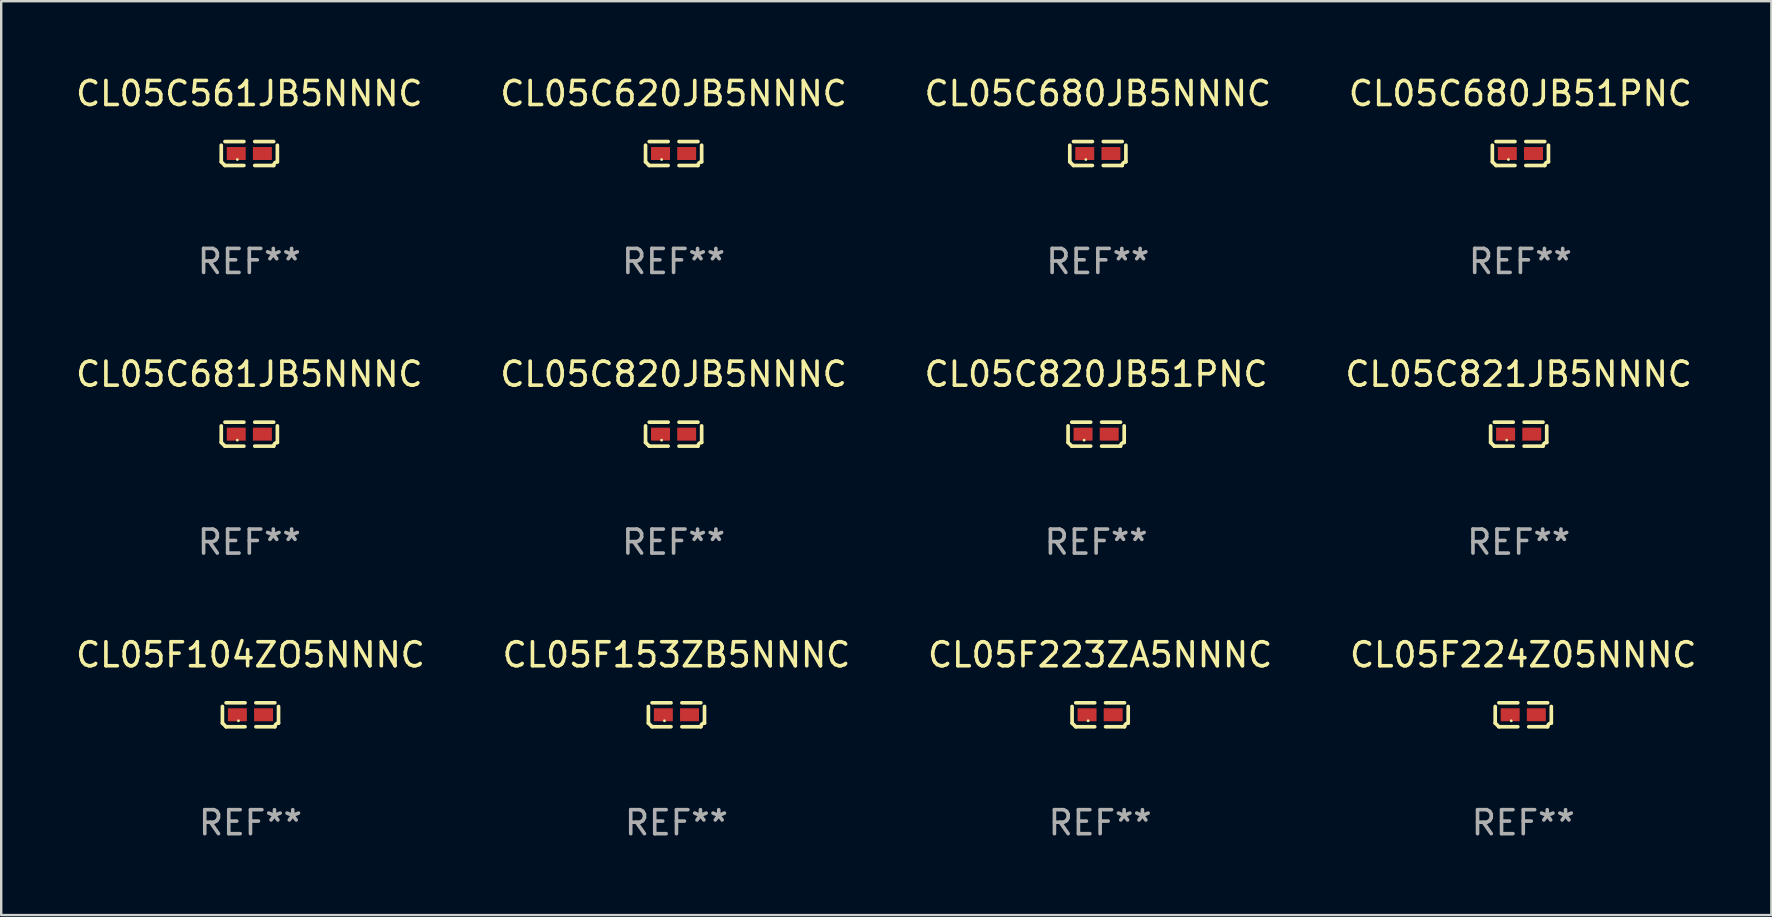
<source format=kicad_pcb>
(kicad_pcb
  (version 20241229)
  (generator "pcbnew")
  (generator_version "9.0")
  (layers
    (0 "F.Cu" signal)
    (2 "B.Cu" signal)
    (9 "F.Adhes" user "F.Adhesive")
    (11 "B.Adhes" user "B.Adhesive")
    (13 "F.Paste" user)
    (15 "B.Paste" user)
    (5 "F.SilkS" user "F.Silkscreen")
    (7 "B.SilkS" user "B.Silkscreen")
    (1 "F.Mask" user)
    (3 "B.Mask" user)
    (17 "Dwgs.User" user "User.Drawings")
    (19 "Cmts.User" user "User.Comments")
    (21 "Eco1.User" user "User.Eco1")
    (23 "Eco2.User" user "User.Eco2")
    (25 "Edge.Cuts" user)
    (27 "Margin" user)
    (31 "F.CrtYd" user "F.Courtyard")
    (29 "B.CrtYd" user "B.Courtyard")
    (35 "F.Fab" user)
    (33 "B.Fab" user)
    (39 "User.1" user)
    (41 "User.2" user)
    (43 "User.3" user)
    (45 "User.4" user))
  (footprint "CL05C681JB5NNNC"
    (layer "F.Cu")
    (at 7.339 15.041)
    (property "Reference" "CL05C681JB5NNNC" (at 0 -2.499 0) (layer "F.SilkS") (effects (font (size 1 1) (thickness 0.15))))
    (attr through_hole)
    (fp_line (start -1.169 0.346) (end -1.169 -0.346) (stroke (width 0.152) (type solid)) (layer "F.SilkS"))
    (fp_line (start -1.016 -0.499) (end -0.226 -0.499) (stroke (width 0.152) (type solid)) (layer "F.SilkS"))
    (fp_line (start -0.226 0.499) (end -1.016 0.499) (stroke (width 0.152) (type solid)) (layer "F.SilkS"))
    (fp_line (start 0.226 0.499) (end 1.016 0.499) (stroke (width 0.152) (type solid)) (layer "F.SilkS"))
    (fp_line (start 1.016 -0.499) (end 0.226 -0.499) (stroke (width 0.152) (type solid)) (layer "F.SilkS"))
    (fp_line (start 1.169 0.346) (end 1.169 -0.346) (stroke (width 0.152) (type solid)) (layer "F.SilkS"))
    (fp_arc (start -1.016307 0.498603) (mid -1.092512 0.422405) (end -1.16871 0.3462) (stroke (width 0.1524) (type solid)) (layer "F.SilkS"))
    (fp_arc (start 1.016307 0.498603) (mid 1.060899 0.390758) (end 1.168707 0.346076) (stroke (width 0.1524) (type solid)) (layer "F.SilkS"))
    (fp_circle (center -0.5 0.25) (end -0.47 0.25) (stroke (width 0.06) (type solid)) (fill no) (layer "F.SilkS"))
    (fp_text user "REF**" (at 0 4.499 0) (layer "F.Fab") (effects (font (size 1 1) (thickness 0.15))))
    (pad "1" smd rect (at -0.545 0) (size 0.79 0.54) (layers "F.Cu" "F.Mask" "F.Paste"))
    (pad "2" smd rect (at 0.545 0) (size 0.79 0.54) (layers "F.Cu" "F.Mask" "F.Paste")))
  (footprint "CL05C680JB5NNNC"
    (layer "F.Cu")
    (at 42.696 3.347)
    (property "Reference" "CL05C680JB5NNNC" (at 0 -2.499 0) (layer "F.SilkS") (effects (font (size 1 1) (thickness 0.15))))
    (attr through_hole)
    (fp_line (start -1.169 0.346) (end -1.169 -0.346) (stroke (width 0.152) (type solid)) (layer "F.SilkS"))
    (fp_line (start -1.016 -0.499) (end -0.226 -0.499) (stroke (width 0.152) (type solid)) (layer "F.SilkS"))
    (fp_line (start -0.226 0.499) (end -1.016 0.499) (stroke (width 0.152) (type solid)) (layer "F.SilkS"))
    (fp_line (start 0.226 0.499) (end 1.016 0.499) (stroke (width 0.152) (type solid)) (layer "F.SilkS"))
    (fp_line (start 1.016 -0.499) (end 0.226 -0.499) (stroke (width 0.152) (type solid)) (layer "F.SilkS"))
    (fp_line (start 1.169 0.346) (end 1.169 -0.346) (stroke (width 0.152) (type solid)) (layer "F.SilkS"))
    (fp_arc (start -1.016307 0.498603) (mid -1.092512 0.422405) (end -1.16871 0.3462) (stroke (width 0.1524) (type solid)) (layer "F.SilkS"))
    (fp_arc (start 1.016307 0.498603) (mid 1.060899 0.390758) (end 1.168707 0.346076) (stroke (width 0.1524) (type solid)) (layer "F.SilkS"))
    (fp_circle (center -0.5 0.25) (end -0.47 0.25) (stroke (width 0.06) (type solid)) (fill no) (layer "F.SilkS"))
    (fp_text user "REF**" (at 0 4.499 0) (layer "F.Fab") (effects (font (size 1 1) (thickness 0.15))))
    (pad "1" smd rect (at -0.545 0) (size 0.79 0.54) (layers "F.Cu" "F.Mask" "F.Paste"))
    (pad "2" smd rect (at 0.545 0) (size 0.79 0.54) (layers "F.Cu" "F.Mask" "F.Paste")))
  (footprint "CL05C620JB5NNNC"
    (layer "F.Cu")
    (at 25.018 3.347)
    (property "Reference" "CL05C620JB5NNNC" (at 0 -2.499 0) (layer "F.SilkS") (effects (font (size 1 1) (thickness 0.15))))
    (attr through_hole)
    (fp_line (start -1.169 0.346) (end -1.169 -0.346) (stroke (width 0.152) (type solid)) (layer "F.SilkS"))
    (fp_line (start -1.016 -0.499) (end -0.226 -0.499) (stroke (width 0.152) (type solid)) (layer "F.SilkS"))
    (fp_line (start -0.226 0.499) (end -1.016 0.499) (stroke (width 0.152) (type solid)) (layer "F.SilkS"))
    (fp_line (start 0.226 0.499) (end 1.016 0.499) (stroke (width 0.152) (type solid)) (layer "F.SilkS"))
    (fp_line (start 1.016 -0.499) (end 0.226 -0.499) (stroke (width 0.152) (type solid)) (layer "F.SilkS"))
    (fp_line (start 1.169 0.346) (end 1.169 -0.346) (stroke (width 0.152) (type solid)) (layer "F.SilkS"))
    (fp_arc (start -1.016307 0.498603) (mid -1.092512 0.422405) (end -1.16871 0.3462) (stroke (width 0.1524) (type solid)) (layer "F.SilkS"))
    (fp_arc (start 1.016307 0.498603) (mid 1.060899 0.390758) (end 1.168707 0.346076) (stroke (width 0.1524) (type solid)) (layer "F.SilkS"))
    (fp_circle (center -0.5 0.25) (end -0.47 0.25) (stroke (width 0.06) (type solid)) (fill no) (layer "F.SilkS"))
    (fp_text user "REF**" (at 0 4.499 0) (layer "F.Fab") (effects (font (size 1 1) (thickness 0.15))))
    (pad "1" smd rect (at -0.545 0) (size 0.79 0.54) (layers "F.Cu" "F.Mask" "F.Paste"))
    (pad "2" smd rect (at 0.545 0) (size 0.79 0.54) (layers "F.Cu" "F.Mask" "F.Paste")))
  (footprint "CL05C821JB5NNNC"
    (layer "F.Cu")
    (at 60.232 15.041)
    (property "Reference" "CL05C821JB5NNNC" (at 0 -2.499 0) (layer "F.SilkS") (effects (font (size 1 1) (thickness 0.15))))
    (attr through_hole)
    (fp_line (start -1.169 0.346) (end -1.169 -0.346) (stroke (width 0.152) (type solid)) (layer "F.SilkS"))
    (fp_line (start -1.016 -0.499) (end -0.226 -0.499) (stroke (width 0.152) (type solid)) (layer "F.SilkS"))
    (fp_line (start -0.226 0.499) (end -1.016 0.499) (stroke (width 0.152) (type solid)) (layer "F.SilkS"))
    (fp_line (start 0.226 0.499) (end 1.016 0.499) (stroke (width 0.152) (type solid)) (layer "F.SilkS"))
    (fp_line (start 1.016 -0.499) (end 0.226 -0.499) (stroke (width 0.152) (type solid)) (layer "F.SilkS"))
    (fp_line (start 1.169 0.346) (end 1.169 -0.346) (stroke (width 0.152) (type solid)) (layer "F.SilkS"))
    (fp_arc (start -1.016307 0.498603) (mid -1.092512 0.422405) (end -1.16871 0.3462) (stroke (width 0.1524) (type solid)) (layer "F.SilkS"))
    (fp_arc (start 1.016307 0.498603) (mid 1.060899 0.390758) (end 1.168707 0.346076) (stroke (width 0.1524) (type solid)) (layer "F.SilkS"))
    (fp_circle (center -0.5 0.25) (end -0.47 0.25) (stroke (width 0.06) (type solid)) (fill no) (layer "F.SilkS"))
    (fp_text user "REF**" (at 0 4.499 0) (layer "F.Fab") (effects (font (size 1 1) (thickness 0.15))))
    (pad "1" smd rect (at -0.545 0) (size 0.79 0.54) (layers "F.Cu" "F.Mask" "F.Paste"))
    (pad "2" smd rect (at 0.545 0) (size 0.79 0.54) (layers "F.Cu" "F.Mask" "F.Paste")))
  (footprint "CL05F153ZB5NNNC"
    (layer "F.Cu")
    (at 25.137 26.734)
    (property "Reference" "CL05F153ZB5NNNC" (at 0 -2.499 0) (layer "F.SilkS") (effects (font (size 1 1) (thickness 0.15))))
    (attr through_hole)
    (fp_line (start -1.169 0.346) (end -1.169 -0.346) (stroke (width 0.152) (type solid)) (layer "F.SilkS"))
    (fp_line (start -1.016 -0.499) (end -0.226 -0.499) (stroke (width 0.152) (type solid)) (layer "F.SilkS"))
    (fp_line (start -0.226 0.499) (end -1.016 0.499) (stroke (width 0.152) (type solid)) (layer "F.SilkS"))
    (fp_line (start 0.226 0.499) (end 1.016 0.499) (stroke (width 0.152) (type solid)) (layer "F.SilkS"))
    (fp_line (start 1.016 -0.499) (end 0.226 -0.499) (stroke (width 0.152) (type solid)) (layer "F.SilkS"))
    (fp_line (start 1.169 0.346) (end 1.169 -0.346) (stroke (width 0.152) (type solid)) (layer "F.SilkS"))
    (fp_arc (start -1.016307 0.498603) (mid -1.092512 0.422405) (end -1.16871 0.3462) (stroke (width 0.1524) (type solid)) (layer "F.SilkS"))
    (fp_arc (start 1.016307 0.498603) (mid 1.060899 0.390758) (end 1.168707 0.346076) (stroke (width 0.1524) (type solid)) (layer "F.SilkS"))
    (fp_circle (center -0.5 0.25) (end -0.47 0.25) (stroke (width 0.06) (type solid)) (fill no) (layer "F.SilkS"))
    (fp_text user "REF**" (at 0 4.499 0) (layer "F.Fab") (effects (font (size 1 1) (thickness 0.15))))
    (pad "1" smd rect (at -0.545 0) (size 0.79 0.54) (layers "F.Cu" "F.Mask" "F.Paste"))
    (pad "2" smd rect (at 0.545 0) (size 0.79 0.54) (layers "F.Cu" "F.Mask" "F.Paste")))
  (footprint "CL05F223ZA5NNNC"
    (layer "F.Cu")
    (at 42.792 26.734)
    (property "Reference" "CL05F223ZA5NNNC" (at 0 -2.499 0) (layer "F.SilkS") (effects (font (size 1 1) (thickness 0.15))))
    (attr through_hole)
    (fp_line (start -1.169 0.346) (end -1.169 -0.346) (stroke (width 0.152) (type solid)) (layer "F.SilkS"))
    (fp_line (start -1.016 -0.499) (end -0.226 -0.499) (stroke (width 0.152) (type solid)) (layer "F.SilkS"))
    (fp_line (start -0.226 0.499) (end -1.016 0.499) (stroke (width 0.152) (type solid)) (layer "F.SilkS"))
    (fp_line (start 0.226 0.499) (end 1.016 0.499) (stroke (width 0.152) (type solid)) (layer "F.SilkS"))
    (fp_line (start 1.016 -0.499) (end 0.226 -0.499) (stroke (width 0.152) (type solid)) (layer "F.SilkS"))
    (fp_line (start 1.169 0.346) (end 1.169 -0.346) (stroke (width 0.152) (type solid)) (layer "F.SilkS"))
    (fp_arc (start -1.016307 0.498603) (mid -1.092512 0.422405) (end -1.16871 0.3462) (stroke (width 0.1524) (type solid)) (layer "F.SilkS"))
    (fp_arc (start 1.016307 0.498603) (mid 1.060899 0.390758) (end 1.168707 0.346076) (stroke (width 0.1524) (type solid)) (layer "F.SilkS"))
    (fp_circle (center -0.5 0.25) (end -0.47 0.25) (stroke (width 0.06) (type solid)) (fill no) (layer "F.SilkS"))
    (fp_text user "REF**" (at 0 4.499 0) (layer "F.Fab") (effects (font (size 1 1) (thickness 0.15))))
    (pad "1" smd rect (at -0.545 0) (size 0.79 0.54) (layers "F.Cu" "F.Mask" "F.Paste"))
    (pad "2" smd rect (at 0.545 0) (size 0.79 0.54) (layers "F.Cu" "F.Mask" "F.Paste")))
  (footprint "CL05C680JB51PNC"
    (layer "F.Cu")
    (at 60.304 3.347)
    (property "Reference" "CL05C680JB51PNC" (at 0 -2.499 0) (layer "F.SilkS") (effects (font (size 1 1) (thickness 0.15))))
    (attr through_hole)
    (fp_line (start -1.169 0.346) (end -1.169 -0.346) (stroke (width 0.152) (type solid)) (layer "F.SilkS"))
    (fp_line (start -1.016 -0.499) (end -0.226 -0.499) (stroke (width 0.152) (type solid)) (layer "F.SilkS"))
    (fp_line (start -0.226 0.499) (end -1.016 0.499) (stroke (width 0.152) (type solid)) (layer "F.SilkS"))
    (fp_line (start 0.226 0.499) (end 1.016 0.499) (stroke (width 0.152) (type solid)) (layer "F.SilkS"))
    (fp_line (start 1.016 -0.499) (end 0.226 -0.499) (stroke (width 0.152) (type solid)) (layer "F.SilkS"))
    (fp_line (start 1.169 0.346) (end 1.169 -0.346) (stroke (width 0.152) (type solid)) (layer "F.SilkS"))
    (fp_arc (start -1.016307 0.498603) (mid -1.092512 0.422405) (end -1.16871 0.3462) (stroke (width 0.1524) (type solid)) (layer "F.SilkS"))
    (fp_arc (start 1.016307 0.498603) (mid 1.060899 0.390758) (end 1.168707 0.346076) (stroke (width 0.1524) (type solid)) (layer "F.SilkS"))
    (fp_circle (center -0.5 0.25) (end -0.47 0.25) (stroke (width 0.06) (type solid)) (fill no) (layer "F.SilkS"))
    (fp_text user "REF**" (at 0 4.499 0) (layer "F.Fab") (effects (font (size 1 1) (thickness 0.15))))
    (pad "1" smd rect (at -0.545 0) (size 0.79 0.54) (layers "F.Cu" "F.Mask" "F.Paste"))
    (pad "2" smd rect (at 0.545 0) (size 0.79 0.54) (layers "F.Cu" "F.Mask" "F.Paste")))
  (footprint "CL05C820JB51PNC"
    (layer "F.Cu")
    (at 42.625 15.041)
    (property "Reference" "CL05C820JB51PNC" (at 0 -2.499 0) (layer "F.SilkS") (effects (font (size 1 1) (thickness 0.15))))
    (attr through_hole)
    (fp_line (start -1.169 0.346) (end -1.169 -0.346) (stroke (width 0.152) (type solid)) (layer "F.SilkS"))
    (fp_line (start -1.016 -0.499) (end -0.226 -0.499) (stroke (width 0.152) (type solid)) (layer "F.SilkS"))
    (fp_line (start -0.226 0.499) (end -1.016 0.499) (stroke (width 0.152) (type solid)) (layer "F.SilkS"))
    (fp_line (start 0.226 0.499) (end 1.016 0.499) (stroke (width 0.152) (type solid)) (layer "F.SilkS"))
    (fp_line (start 1.016 -0.499) (end 0.226 -0.499) (stroke (width 0.152) (type solid)) (layer "F.SilkS"))
    (fp_line (start 1.169 0.346) (end 1.169 -0.346) (stroke (width 0.152) (type solid)) (layer "F.SilkS"))
    (fp_arc (start -1.016307 0.498603) (mid -1.092512 0.422405) (end -1.16871 0.3462) (stroke (width 0.1524) (type solid)) (layer "F.SilkS"))
    (fp_arc (start 1.016307 0.498603) (mid 1.060899 0.390758) (end 1.168707 0.346076) (stroke (width 0.1524) (type solid)) (layer "F.SilkS"))
    (fp_circle (center -0.5 0.25) (end -0.47 0.25) (stroke (width 0.06) (type solid)) (fill no) (layer "F.SilkS"))
    (fp_text user "REF**" (at 0 4.499 0) (layer "F.Fab") (effects (font (size 1 1) (thickness 0.15))))
    (pad "1" smd rect (at -0.545 0) (size 0.79 0.54) (layers "F.Cu" "F.Mask" "F.Paste"))
    (pad "2" smd rect (at 0.545 0) (size 0.79 0.54) (layers "F.Cu" "F.Mask" "F.Paste")))
  (footprint "CL05F104ZO5NNNC"
    (layer "F.Cu")
    (at 7.387 26.734)
    (property "Reference" "CL05F104ZO5NNNC" (at 0 -2.499 0) (layer "F.SilkS") (effects (font (size 1 1) (thickness 0.15))))
    (attr through_hole)
    (fp_line (start -1.169 0.346) (end -1.169 -0.346) (stroke (width 0.152) (type solid)) (layer "F.SilkS"))
    (fp_line (start -1.016 -0.499) (end -0.226 -0.499) (stroke (width 0.152) (type solid)) (layer "F.SilkS"))
    (fp_line (start -0.226 0.499) (end -1.016 0.499) (stroke (width 0.152) (type solid)) (layer "F.SilkS"))
    (fp_line (start 0.226 0.499) (end 1.016 0.499) (stroke (width 0.152) (type solid)) (layer "F.SilkS"))
    (fp_line (start 1.016 -0.499) (end 0.226 -0.499) (stroke (width 0.152) (type solid)) (layer "F.SilkS"))
    (fp_line (start 1.169 0.346) (end 1.169 -0.346) (stroke (width 0.152) (type solid)) (layer "F.SilkS"))
    (fp_arc (start -1.016307 0.498603) (mid -1.092512 0.422405) (end -1.16871 0.3462) (stroke (width 0.1524) (type solid)) (layer "F.SilkS"))
    (fp_arc (start 1.016307 0.498603) (mid 1.060899 0.390758) (end 1.168707 0.346076) (stroke (width 0.1524) (type solid)) (layer "F.SilkS"))
    (fp_circle (center -0.5 0.25) (end -0.47 0.25) (stroke (width 0.06) (type solid)) (fill no) (layer "F.SilkS"))
    (fp_text user "REF**" (at 0 4.499 0) (layer "F.Fab") (effects (font (size 1 1) (thickness 0.15))))
    (pad "1" smd rect (at -0.545 0) (size 0.79 0.54) (layers "F.Cu" "F.Mask" "F.Paste"))
    (pad "2" smd rect (at 0.545 0) (size 0.79 0.54) (layers "F.Cu" "F.Mask" "F.Paste")))
  (footprint "CL05C561JB5NNNC"
    (layer "F.Cu")
    (at 7.339 3.347)
    (property "Reference" "CL05C561JB5NNNC" (at 0 -2.499 0) (layer "F.SilkS") (effects (font (size 1 1) (thickness 0.15))))
    (attr through_hole)
    (fp_line (start -1.169 0.346) (end -1.169 -0.346) (stroke (width 0.152) (type solid)) (layer "F.SilkS"))
    (fp_line (start -1.016 -0.499) (end -0.226 -0.499) (stroke (width 0.152) (type solid)) (layer "F.SilkS"))
    (fp_line (start -0.226 0.499) (end -1.016 0.499) (stroke (width 0.152) (type solid)) (layer "F.SilkS"))
    (fp_line (start 0.226 0.499) (end 1.016 0.499) (stroke (width 0.152) (type solid)) (layer "F.SilkS"))
    (fp_line (start 1.016 -0.499) (end 0.226 -0.499) (stroke (width 0.152) (type solid)) (layer "F.SilkS"))
    (fp_line (start 1.169 0.346) (end 1.169 -0.346) (stroke (width 0.152) (type solid)) (layer "F.SilkS"))
    (fp_arc (start -1.016307 0.498603) (mid -1.092512 0.422405) (end -1.16871 0.3462) (stroke (width 0.1524) (type solid)) (layer "F.SilkS"))
    (fp_arc (start 1.016307 0.498603) (mid 1.060899 0.390758) (end 1.168707 0.346076) (stroke (width 0.1524) (type solid)) (layer "F.SilkS"))
    (fp_circle (center -0.5 0.25) (end -0.47 0.25) (stroke (width 0.06) (type solid)) (fill no) (layer "F.SilkS"))
    (fp_text user "REF**" (at 0 4.499 0) (layer "F.Fab") (effects (font (size 1 1) (thickness 0.15))))
    (pad "1" smd rect (at -0.545 0) (size 0.79 0.54) (layers "F.Cu" "F.Mask" "F.Paste"))
    (pad "2" smd rect (at 0.545 0) (size 0.79 0.54) (layers "F.Cu" "F.Mask" "F.Paste")))
  (footprint "CL05F224Z05NNNC"
    (layer "F.Cu")
    (at 60.423 26.734)
    (property "Reference" "CL05F224Z05NNNC" (at 0 -2.499 0) (layer "F.SilkS") (effects (font (size 1 1) (thickness 0.15))))
    (attr through_hole)
    (fp_line (start -1.169 0.346) (end -1.169 -0.346) (stroke (width 0.152) (type solid)) (layer "F.SilkS"))
    (fp_line (start -1.016 -0.499) (end -0.226 -0.499) (stroke (width 0.152) (type solid)) (layer "F.SilkS"))
    (fp_line (start -0.226 0.499) (end -1.016 0.499) (stroke (width 0.152) (type solid)) (layer "F.SilkS"))
    (fp_line (start 0.226 0.499) (end 1.016 0.499) (stroke (width 0.152) (type solid)) (layer "F.SilkS"))
    (fp_line (start 1.016 -0.499) (end 0.226 -0.499) (stroke (width 0.152) (type solid)) (layer "F.SilkS"))
    (fp_line (start 1.169 0.346) (end 1.169 -0.346) (stroke (width 0.152) (type solid)) (layer "F.SilkS"))
    (fp_arc (start -1.016307 0.498603) (mid -1.092512 0.422405) (end -1.16871 0.3462) (stroke (width 0.1524) (type solid)) (layer "F.SilkS"))
    (fp_arc (start 1.016307 0.498603) (mid 1.060899 0.390758) (end 1.168707 0.346076) (stroke (width 0.1524) (type solid)) (layer "F.SilkS"))
    (fp_circle (center -0.5 0.25) (end -0.47 0.25) (stroke (width 0.06) (type solid)) (fill no) (layer "F.SilkS"))
    (fp_text user "REF**" (at 0 4.499 0) (layer "F.Fab") (effects (font (size 1 1) (thickness 0.15))))
    (pad "1" smd rect (at -0.545 0) (size 0.79 0.54) (layers "F.Cu" "F.Mask" "F.Paste"))
    (pad "2" smd rect (at 0.545 0) (size 0.79 0.54) (layers "F.Cu" "F.Mask" "F.Paste")))
  (footprint "CL05C820JB5NNNC"
    (layer "F.Cu")
    (at 25.018 15.041)
    (property "Reference" "CL05C820JB5NNNC" (at 0 -2.499 0) (layer "F.SilkS") (effects (font (size 1 1) (thickness 0.15))))
    (attr through_hole)
    (fp_line (start -1.169 0.346) (end -1.169 -0.346) (stroke (width 0.152) (type solid)) (layer "F.SilkS"))
    (fp_line (start -1.016 -0.499) (end -0.226 -0.499) (stroke (width 0.152) (type solid)) (layer "F.SilkS"))
    (fp_line (start -0.226 0.499) (end -1.016 0.499) (stroke (width 0.152) (type solid)) (layer "F.SilkS"))
    (fp_line (start 0.226 0.499) (end 1.016 0.499) (stroke (width 0.152) (type solid)) (layer "F.SilkS"))
    (fp_line (start 1.016 -0.499) (end 0.226 -0.499) (stroke (width 0.152) (type solid)) (layer "F.SilkS"))
    (fp_line (start 1.169 0.346) (end 1.169 -0.346) (stroke (width 0.152) (type solid)) (layer "F.SilkS"))
    (fp_arc (start -1.016307 0.498603) (mid -1.092512 0.422405) (end -1.16871 0.3462) (stroke (width 0.1524) (type solid)) (layer "F.SilkS"))
    (fp_arc (start 1.016307 0.498603) (mid 1.060899 0.390758) (end 1.168707 0.346076) (stroke (width 0.1524) (type solid)) (layer "F.SilkS"))
    (fp_circle (center -0.5 0.25) (end -0.47 0.25) (stroke (width 0.06) (type solid)) (fill no) (layer "F.SilkS"))
    (fp_text user "REF**" (at 0 4.499 0) (layer "F.Fab") (effects (font (size 1 1) (thickness 0.15))))
    (pad "1" smd rect (at -0.545 0) (size 0.79 0.54) (layers "F.Cu" "F.Mask" "F.Paste"))
    (pad "2" smd rect (at 0.545 0) (size 0.79 0.54) (layers "F.Cu" "F.Mask" "F.Paste")))
  (gr_rect
    (start -3 -3)
    (end 70.762 35.081)
    (stroke (width 0.1) (type default))
    (fill no)
    (layer "Edge.Cuts")))
</source>
